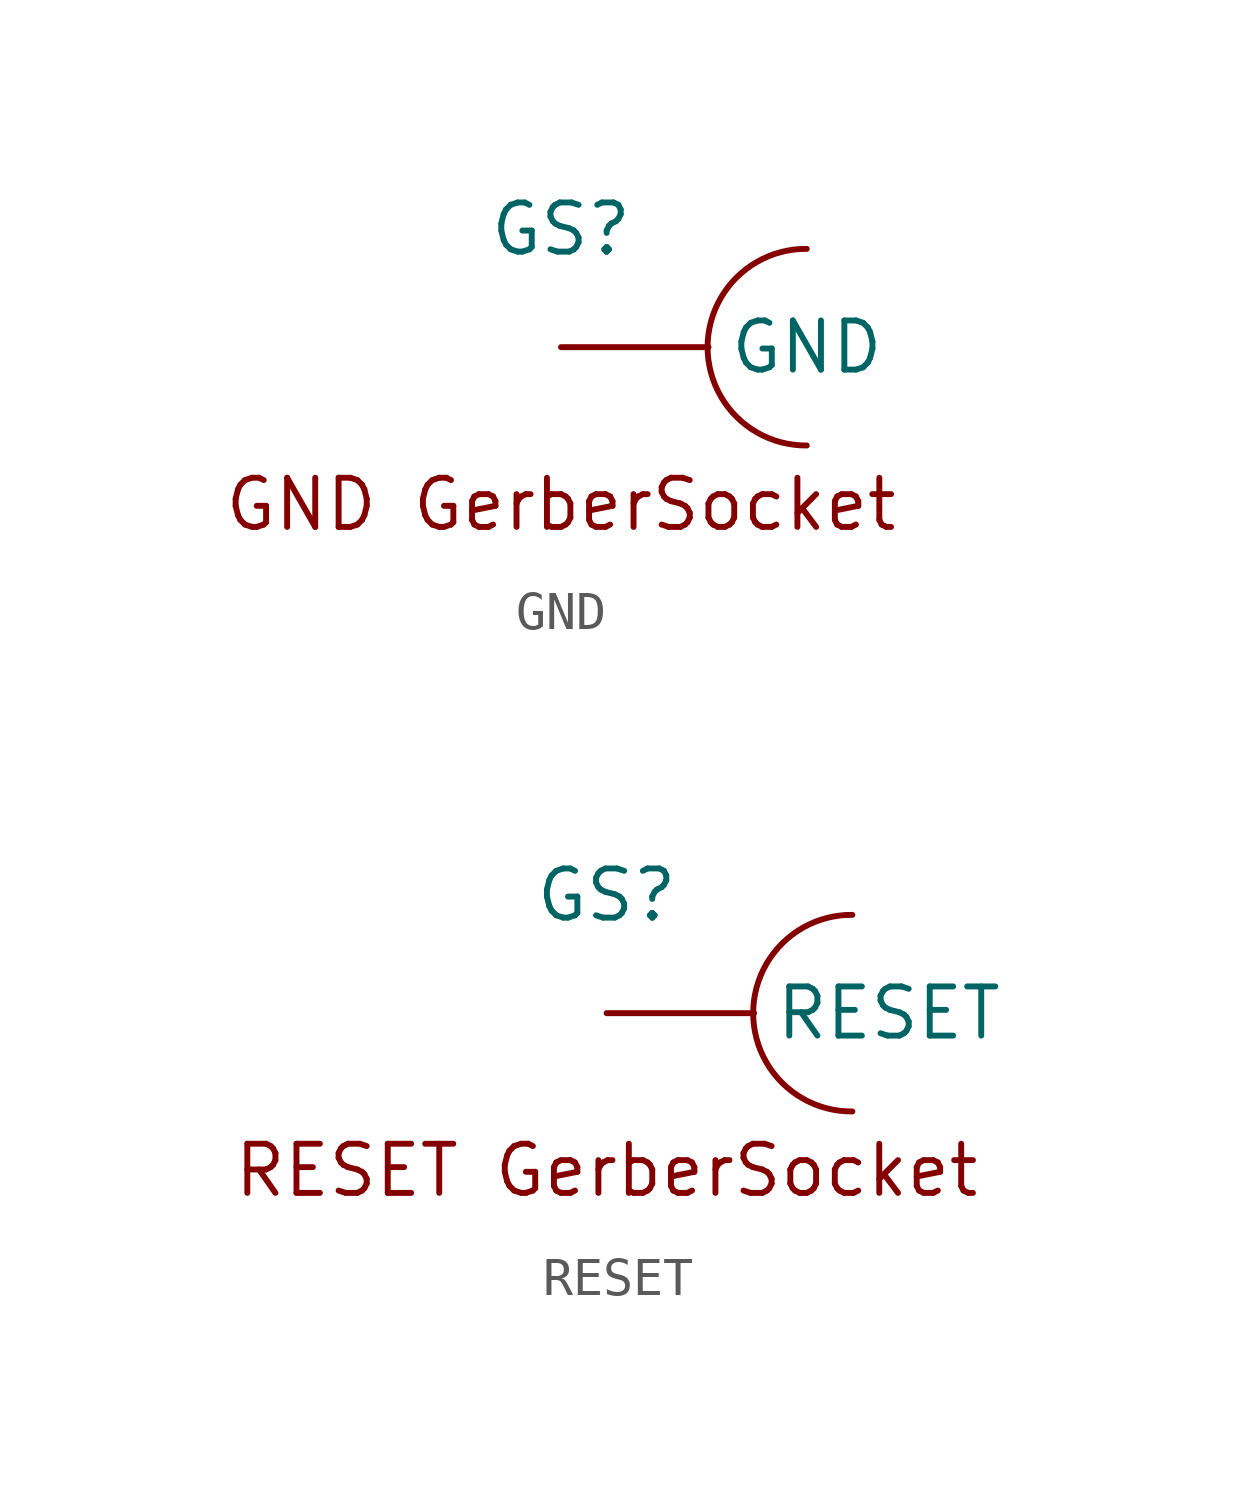
<source format=kicad_sym>
(kicad_symbol_lib
  (version 20241209)
  (generator "GerberSockets_generator")
  (generator_version "0.1")
  (symbol "GND"
    (pin_numbers
      (hide yes))
    (property "Reference" "GS"
      (at 0 3.048 0)
      (do_not_autoplace)
      (effects (font (size 1.27 1.27))))
    (symbol "GND_0_1"
      (arc (start 6.35 -2.54) (mid 3.7874 0) (end 6.35 2.54) (stroke (width 0) (type default)) (fill (type none))))
    (symbol "GND_1_1"
      (text "GND GerberSocket" (at 0 -4.064 0) (effects (font (size 1.27 1.27))))
      (pin bidirectional line (at 0 0 0) (length 3.81) (name "GND" (effects (font (size 1.27 1.27)))) (number "1" (effects (font (size 1.27 1.27)))))))
  (symbol "RESET"
    (pin_numbers
      (hide yes))
    (property "Reference" "GS"
      (at 0 3.048 0)
      (do_not_autoplace)
      (effects (font (size 1.27 1.27))))
    (symbol "RESET_0_1"
      (arc (start 6.35 -2.54) (mid 3.7874 0) (end 6.35 2.54) (stroke (width 0) (type default)) (fill (type none))))
    (symbol "RESET_1_1"
      (text "RESET GerberSocket" (at 0 -4.064 0) (effects (font (size 1.27 1.27))))
      (pin bidirectional line (at 0 0 0) (length 3.81) (name "RESET" (effects (font (size 1.27 1.27)))) (number "1" (effects (font (size 1.27 1.27))))))))
</source>
